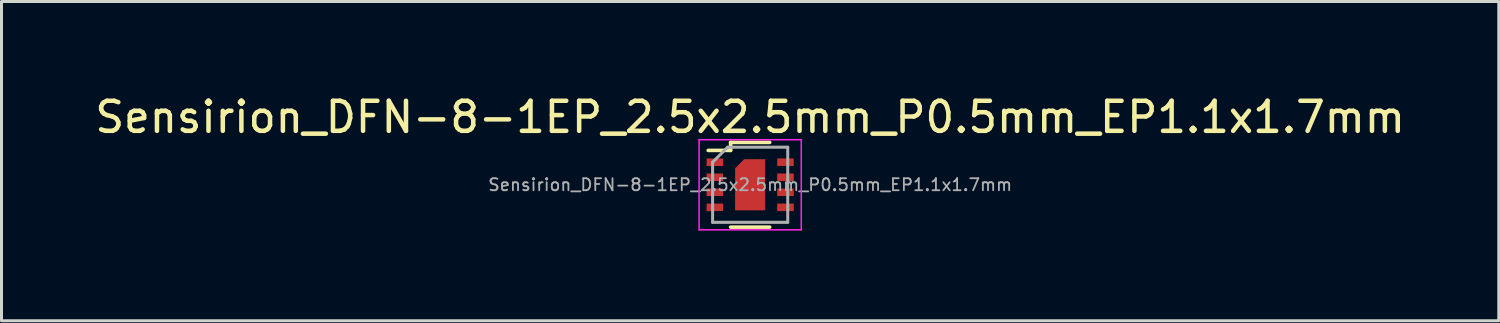
<source format=kicad_pcb>
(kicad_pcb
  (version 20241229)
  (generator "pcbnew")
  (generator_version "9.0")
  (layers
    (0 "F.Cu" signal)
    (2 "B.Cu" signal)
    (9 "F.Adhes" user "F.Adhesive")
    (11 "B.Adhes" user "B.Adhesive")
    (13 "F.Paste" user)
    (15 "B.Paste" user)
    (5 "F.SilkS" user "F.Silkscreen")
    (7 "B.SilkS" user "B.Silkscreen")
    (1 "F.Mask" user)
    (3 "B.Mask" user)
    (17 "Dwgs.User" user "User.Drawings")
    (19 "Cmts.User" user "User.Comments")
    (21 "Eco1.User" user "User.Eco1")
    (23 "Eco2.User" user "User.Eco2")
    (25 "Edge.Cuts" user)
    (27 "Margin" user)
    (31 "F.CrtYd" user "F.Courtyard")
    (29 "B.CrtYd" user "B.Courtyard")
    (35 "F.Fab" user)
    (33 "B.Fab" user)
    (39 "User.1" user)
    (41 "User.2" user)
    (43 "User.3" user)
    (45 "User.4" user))
  (footprint "Sensirion_DFN-8-1EP_2.5x2.5mm_P0.5mm_EP1.1x1.7mm"
    (layer "F.Cu")
    (at 21.911 3.098)
    (property "Reference" "Sensirion_DFN-8-1EP_2.5x2.5mm_P0.5mm_EP1.1x1.7mm" (at 0 -2.25 0) (layer "F.SilkS") (effects (font (size 1 1) (thickness 0.15))))
    (attr smd)
    (fp_line (start -1.397 -1.143) (end -0.65 -1.143) (stroke (width 0.12) (type solid)) (layer "F.SilkS"))
    (fp_line (start -0.65 -1.41) (end -0.65 -1.143) (stroke (width 0.12) (type solid)) (layer "F.SilkS"))
    (fp_line (start -0.65 -1.41) (end 0.65 -1.41) (stroke (width 0.12) (type solid)) (layer "F.SilkS"))
    (fp_line (start -0.65 1.41) (end 0.65 1.41) (stroke (width 0.12) (type solid)) (layer "F.SilkS"))
    (fp_line (start -1.7 -1.5) (end -1.7 1.5) (stroke (width 0.05) (type solid)) (layer "F.CrtYd"))
    (fp_line (start -1.7 -1.5) (end 1.7 -1.5) (stroke (width 0.05) (type solid)) (layer "F.CrtYd"))
    (fp_line (start -1.7 1.5) (end 1.7 1.5) (stroke (width 0.05) (type solid)) (layer "F.CrtYd"))
    (fp_line (start 1.7 -1.5) (end 1.7 1.5) (stroke (width 0.05) (type solid)) (layer "F.CrtYd"))
    (fp_line (start -1.25 -0.75) (end -0.75 -1.25) (stroke (width 0.1) (type solid)) (layer "F.Fab"))
    (fp_line (start -1.25 1.25) (end -1.25 -0.75) (stroke (width 0.1) (type solid)) (layer "F.Fab"))
    (fp_line (start -0.75 -1.25) (end 1.25 -1.25) (stroke (width 0.1) (type solid)) (layer "F.Fab"))
    (fp_line (start 1.25 -1.25) (end 1.25 1.25) (stroke (width 0.1) (type solid)) (layer "F.Fab"))
    (fp_line (start 1.25 1.25) (end -1.25 1.25) (stroke (width 0.1) (type solid)) (layer "F.Fab"))
    (fp_text user "${REFERENCE}" (at 0 0 0) (layer "F.Fab") (effects (font (size 0.4 0.4) (thickness 0.06))))
    (pad "" smd custom (at 0 0) (size 0.9 0.9) (layers "F.Paste") (options (anchor rect)) (primitives (gr_poly (pts (xy 0.45 0.8) (xy -0.45 0.8) (xy -0.45 -0.53) (xy -0.18 -0.8) (xy 0.45 -0.8)) (width 0) (fill yes))))
    (pad "1" smd rect (at -1.175 -0.75) (size 0.55 0.25) (layers "F.Cu" "F.Mask" "F.Paste"))
    (pad "2" smd rect (at -1.175 -0.25) (size 0.55 0.25) (layers "F.Cu" "F.Mask" "F.Paste"))
    (pad "3" smd rect (at -1.175 0.25) (size 0.55 0.25) (layers "F.Cu" "F.Mask" "F.Paste"))
    (pad "4" smd rect (at -1.175 0.75 180) (size 0.55 0.25) (layers "F.Cu" "F.Mask" "F.Paste"))
    (pad "5" smd rect (at 1.175 0.75) (size 0.55 0.25) (layers "F.Cu" "F.Mask" "F.Paste"))
    (pad "6" smd rect (at 1.175 0.25) (size 0.55 0.25) (layers "F.Cu" "F.Mask" "F.Paste"))
    (pad "7" smd rect (at 1.175 -0.25) (size 0.55 0.25) (layers "F.Cu" "F.Mask" "F.Paste"))
    (pad "8" smd rect (at 1.175 -0.75) (size 0.55 0.25) (layers "F.Cu" "F.Mask" "F.Paste"))
    (pad "9" smd custom (at 0 0) (size 1 1) (layers "F.Cu" "F.Mask") (options (anchor circle)) (primitives (gr_poly (pts (xy 0.5 0.85) (xy -0.5 0.85) (xy -0.5 -0.55) (xy -0.2 -0.85) (xy 0.5 -0.85)) (width 0) (fill yes)))))
  (gr_rect
    (start -3 -3)
    (end 46.821 7.623)
    (stroke (width 0.1) (type default))
    (fill no)
    (layer "Edge.Cuts")))
</source>
